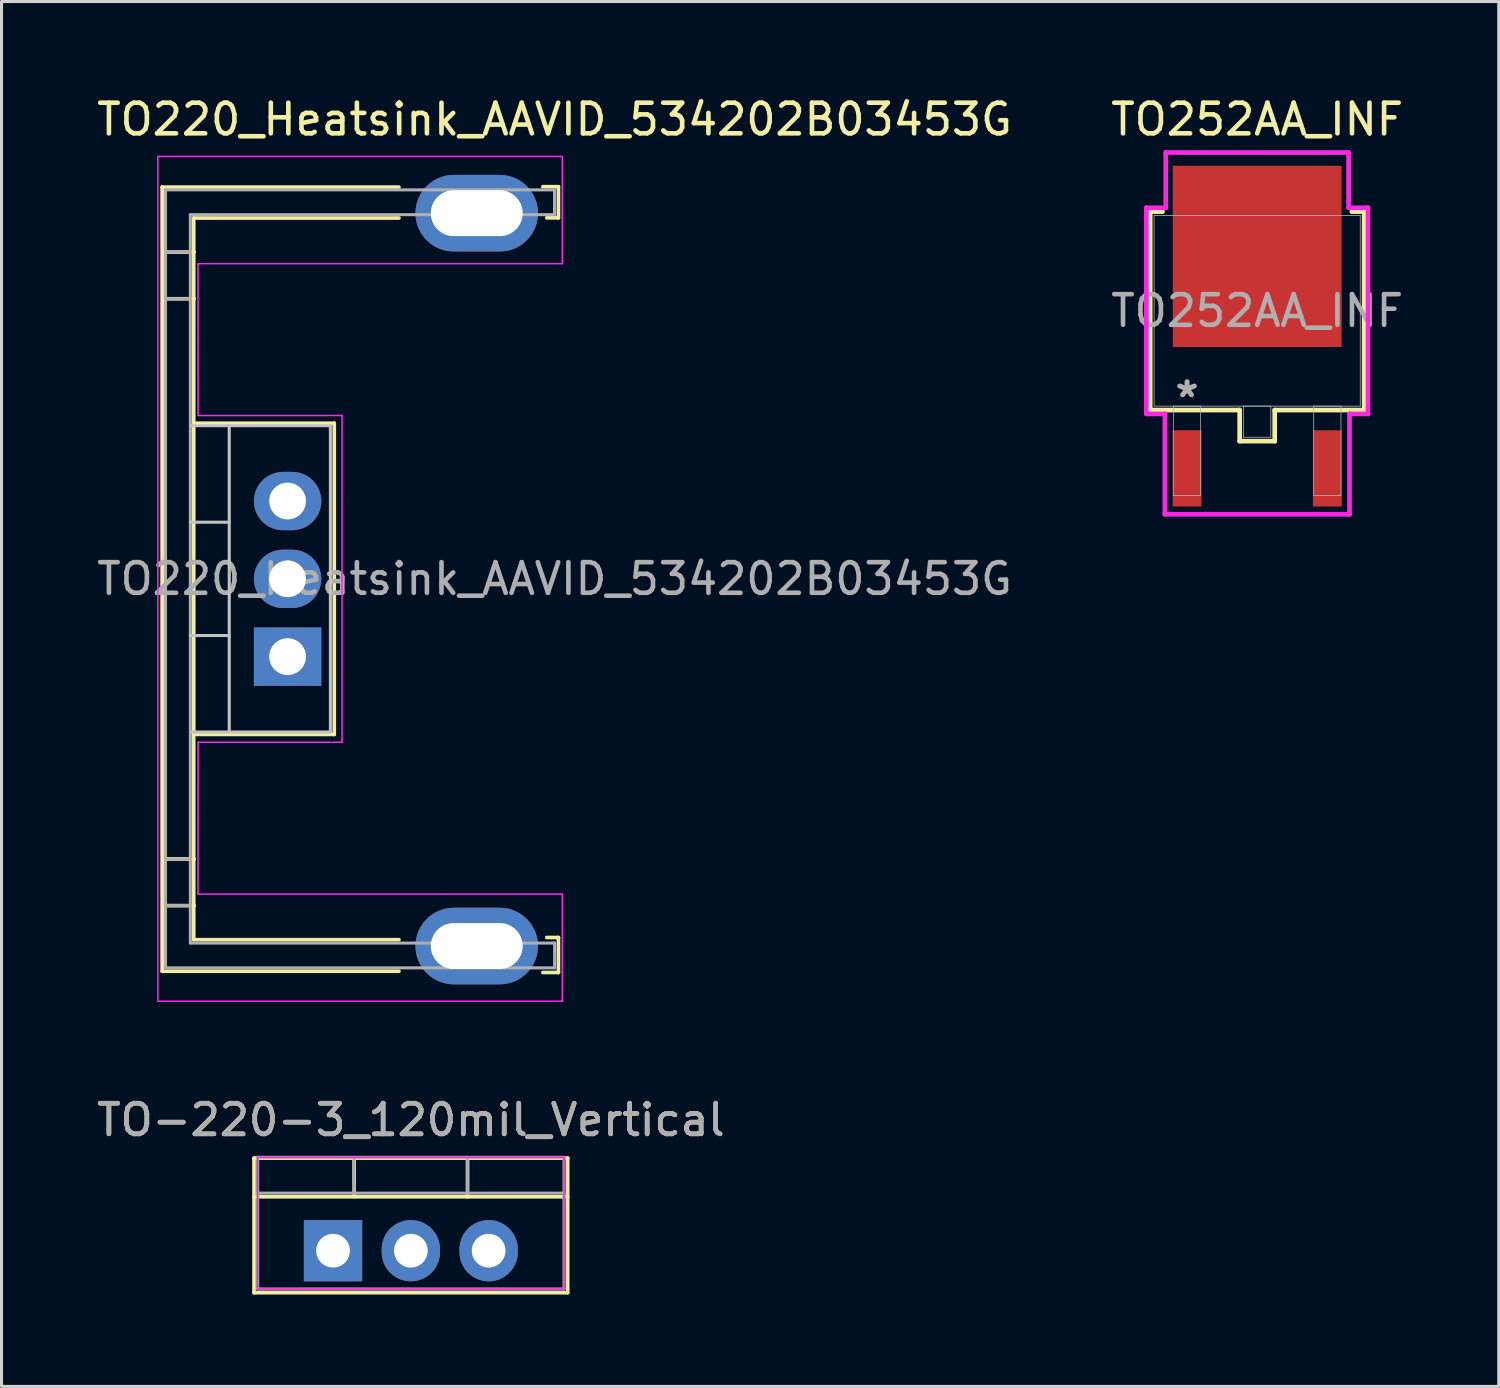
<source format=kicad_pcb>
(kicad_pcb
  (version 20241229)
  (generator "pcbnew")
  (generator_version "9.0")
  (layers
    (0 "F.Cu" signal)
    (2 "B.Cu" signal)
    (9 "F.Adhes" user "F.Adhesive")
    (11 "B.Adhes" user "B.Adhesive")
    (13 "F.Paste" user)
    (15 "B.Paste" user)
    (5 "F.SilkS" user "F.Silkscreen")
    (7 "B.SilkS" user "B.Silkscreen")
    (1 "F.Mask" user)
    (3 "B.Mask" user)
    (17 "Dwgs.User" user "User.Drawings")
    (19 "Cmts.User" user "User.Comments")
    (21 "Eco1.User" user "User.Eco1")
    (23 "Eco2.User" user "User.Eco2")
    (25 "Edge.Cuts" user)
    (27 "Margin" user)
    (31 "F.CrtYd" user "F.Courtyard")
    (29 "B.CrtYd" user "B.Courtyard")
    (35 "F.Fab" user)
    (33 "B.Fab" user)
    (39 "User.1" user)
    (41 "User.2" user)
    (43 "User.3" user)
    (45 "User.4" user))
  (footprint "TO-220-3_120mil_Vertical"
    (layer "F.Cu")
    (at 7.823 37.782)
    (property "Reference" "TO-220-3_120mil_Vertical" (at 2.54 -4.27 0) (layer "F.SilkS") (effects (font (size 1 1) (thickness 0.15))))
    (attr through_hole)
    (fp_line (start -2.58 -3.023) (end -2.58 1.371) (stroke (width 0.12) (type solid)) (layer "F.SilkS"))
    (fp_line (start -2.58 -3.023) (end 7.66 -3.023) (stroke (width 0.12) (type solid)) (layer "F.SilkS"))
    (fp_line (start -2.58 -1.76) (end 7.66 -1.76) (stroke (width 0.12) (type solid)) (layer "F.SilkS"))
    (fp_line (start -2.58 1.371) (end 7.66 1.371) (stroke (width 0.12) (type solid)) (layer "F.SilkS"))
    (fp_line (start 0.69 -3.023) (end 0.69 -1.76) (stroke (width 0.12) (type solid)) (layer "F.SilkS"))
    (fp_line (start 4.391 -3.023) (end 4.391 -1.76) (stroke (width 0.12) (type solid)) (layer "F.SilkS"))
    (fp_line (start 7.66 -3.023) (end 7.66 1.371) (stroke (width 0.12) (type solid)) (layer "F.SilkS"))
    (fp_line (start -2.46 -3.048) (end -2.46 1.25) (stroke (width 0.05) (type solid)) (layer "F.CrtYd"))
    (fp_line (start -2.46 1.25) (end 7.54 1.25) (stroke (width 0.05) (type solid)) (layer "F.CrtYd"))
    (fp_line (start 7.54 -3.048) (end -2.46 -3.048) (stroke (width 0.05) (type solid)) (layer "F.CrtYd"))
    (fp_line (start 7.54 1.25) (end 7.54 -3.048) (stroke (width 0.05) (type solid)) (layer "F.CrtYd"))
    (fp_line (start -2.46 -3.048) (end -2.46 1.25) (stroke (width 0.1) (type solid)) (layer "F.Fab"))
    (fp_line (start -2.46 -1.88) (end 7.54 -1.88) (stroke (width 0.1) (type solid)) (layer "F.Fab"))
    (fp_line (start -2.46 1.25) (end 7.54 1.25) (stroke (width 0.1) (type solid)) (layer "F.Fab"))
    (fp_line (start 0.69 -3.048) (end 0.69 -1.88) (stroke (width 0.1) (type solid)) (layer "F.Fab"))
    (fp_line (start 4.39 -3.048) (end 4.39 -1.88) (stroke (width 0.1) (type solid)) (layer "F.Fab"))
    (fp_line (start 7.54 -3.048) (end -2.46 -3.048) (stroke (width 0.1) (type solid)) (layer "F.Fab"))
    (fp_line (start 7.54 1.25) (end 7.54 -3.048) (stroke (width 0.1) (type solid)) (layer "F.Fab"))
    (fp_text user "${REFERENCE}" (at 2.54 -4.27 0) (layer "F.Fab") (effects (font (size 1 1) (thickness 0.15))))
    (pad "1" thru_hole rect (at 0 0) (size 1.905 2) (drill 1.1) (layers "*.Cu" "*.Mask"))
    (pad "2" thru_hole oval (at 2.54 0) (size 1.905 2) (drill 1.1) (layers "*.Cu" "*.Mask"))
    (pad "3" thru_hole oval (at 5.08 0) (size 1.905 2) (drill 1.1) (layers "*.Cu" "*.Mask")))
  (footprint "TO252AA_INF"
    (layer "F.Cu")
    (at 37.994 7.098)
    (property "Reference" "TO252AA_INF" (at 0 -6.25 0) (unlocked yes) (layer "F.SilkS") (effects (font (size 1 1) (thickness 0.15))))
    (attr smd)
    (fp_line (start -3.493 -3.239) (end -3.493 3.239) (stroke (width 0.152) (type solid)) (layer "F.SilkS"))
    (fp_line (start -3.493 3.239) (end -0.572 3.239) (stroke (width 0.152) (type solid)) (layer "F.SilkS"))
    (fp_line (start -3.089 -3.239) (end -3.493 -3.239) (stroke (width 0.152) (type solid)) (layer "F.SilkS"))
    (fp_line (start -0.572 3.239) (end -0.572 4.255) (stroke (width 0.152) (type solid)) (layer "F.SilkS"))
    (fp_line (start -0.572 4.255) (end 0.572 4.255) (stroke (width 0.152) (type solid)) (layer "F.SilkS"))
    (fp_line (start 0.572 3.239) (end 3.493 3.239) (stroke (width 0.152) (type solid)) (layer "F.SilkS"))
    (fp_line (start 0.572 4.255) (end 0.572 3.239) (stroke (width 0.152) (type solid)) (layer "F.SilkS"))
    (fp_line (start 3.493 -3.239) (end 3.089 -3.239) (stroke (width 0.152) (type solid)) (layer "F.SilkS"))
    (fp_line (start 3.493 3.239) (end 3.493 -3.239) (stroke (width 0.152) (type solid)) (layer "F.SilkS"))
    (fp_line (start -3.619 -3.365) (end -2.985 -3.365) (stroke (width 0.152) (type solid)) (layer "F.CrtYd"))
    (fp_line (start -3.619 3.365) (end -3.619 -3.365) (stroke (width 0.152) (type solid)) (layer "F.CrtYd"))
    (fp_line (start -3.014 3.365) (end -3.619 3.365) (stroke (width 0.152) (type solid)) (layer "F.CrtYd"))
    (fp_line (start -3.014 6.642) (end -3.014 3.365) (stroke (width 0.152) (type solid)) (layer "F.CrtYd"))
    (fp_line (start -2.985 -5.169) (end 2.985 -5.169) (stroke (width 0.152) (type solid)) (layer "F.CrtYd"))
    (fp_line (start -2.985 -3.365) (end -2.985 -5.169) (stroke (width 0.152) (type solid)) (layer "F.CrtYd"))
    (fp_line (start 2.985 -5.169) (end 2.985 -3.365) (stroke (width 0.152) (type solid)) (layer "F.CrtYd"))
    (fp_line (start 2.985 -3.365) (end 3.619 -3.365) (stroke (width 0.152) (type solid)) (layer "F.CrtYd"))
    (fp_line (start 3.014 3.365) (end 3.014 6.642) (stroke (width 0.152) (type solid)) (layer "F.CrtYd"))
    (fp_line (start 3.014 6.642) (end -3.014 6.642) (stroke (width 0.152) (type solid)) (layer "F.CrtYd"))
    (fp_line (start 3.619 -3.365) (end 3.619 3.365) (stroke (width 0.152) (type solid)) (layer "F.CrtYd"))
    (fp_line (start 3.619 3.365) (end 3.014 3.365) (stroke (width 0.152) (type solid)) (layer "F.CrtYd"))
    (fp_line (start -3.365 -3.111) (end -3.365 3.111) (stroke (width 0.025) (type solid)) (layer "F.Fab"))
    (fp_line (start -3.365 3.111) (end 3.365 3.111) (stroke (width 0.025) (type solid)) (layer "F.Fab"))
    (fp_line (start -2.735 3.111) (end -2.735 6.032) (stroke (width 0.025) (type solid)) (layer "F.Fab"))
    (fp_line (start -2.735 6.032) (end -1.846 6.032) (stroke (width 0.025) (type solid)) (layer "F.Fab"))
    (fp_line (start -1.846 3.111) (end -2.735 3.111) (stroke (width 0.025) (type solid)) (layer "F.Fab"))
    (fp_line (start -1.846 6.032) (end -1.846 3.111) (stroke (width 0.025) (type solid)) (layer "F.Fab"))
    (fp_line (start -0.445 3.111) (end -0.445 4.128) (stroke (width 0.025) (type solid)) (layer "F.Fab"))
    (fp_line (start -0.445 4.128) (end 0.445 4.128) (stroke (width 0.025) (type solid)) (layer "F.Fab"))
    (fp_line (start 0.445 3.111) (end -0.445 3.111) (stroke (width 0.025) (type solid)) (layer "F.Fab"))
    (fp_line (start 0.445 4.128) (end 0.445 3.111) (stroke (width 0.025) (type solid)) (layer "F.Fab"))
    (fp_line (start 1.846 3.111) (end 1.846 6.032) (stroke (width 0.025) (type solid)) (layer "F.Fab"))
    (fp_line (start 1.846 6.032) (end 2.735 6.032) (stroke (width 0.025) (type solid)) (layer "F.Fab"))
    (fp_line (start 2.735 3.111) (end 1.846 3.111) (stroke (width 0.025) (type solid)) (layer "F.Fab"))
    (fp_line (start 2.735 6.032) (end 2.735 3.111) (stroke (width 0.025) (type solid)) (layer "F.Fab"))
    (fp_line (start 3.365 -3.111) (end -3.365 -3.111) (stroke (width 0.025) (type solid)) (layer "F.Fab"))
    (fp_line (start 3.365 3.111) (end 3.365 -3.111) (stroke (width 0.025) (type solid)) (layer "F.Fab"))
    (fp_text user "${REFERENCE}" (at 0 0 0) (unlocked yes) (layer "F.Fab") (effects (font (size 1 1) (thickness 0.15))))
    (fp_text user "*" (at -2.29 2.857 0) (unlocked yes) (layer "F.Fab") (effects (font (size 1 1) (thickness 0.15))))
    (fp_text user "*" (at -2.29 2.857 0) (layer "F.Fab") (effects (font (size 1 1) (thickness 0.15))))
    (pad "1" smd rect (at -2.29 5.144) (size 0.94 2.489) (layers "F.Cu" "F.Mask" "F.Paste"))
    (pad "2" smd rect (at 0 -1.778) (size 5.512 5.918) (layers "F.Cu" "F.Mask" "F.Paste"))
    (pad "3" smd rect (at 2.29 5.144) (size 0.94 2.489) (layers "F.Cu" "F.Mask" "F.Paste")))
  (footprint "TO220_Heatsink_AAVID_534202B03453G"
    (layer "F.Cu")
    (at 3.164 15.848)
    (property "Reference" "TO220_Heatsink_AAVID_534202B03453G" (at 11.89 -15 0) (layer "F.SilkS") (effects (font (size 1 1) (thickness 0.15))))
    (attr through_hole)
    (fp_line (start -0.92 -12.79) (end -0.92 12.81) (stroke (width 0.12) (type solid)) (layer "F.SilkS"))
    (fp_line (start -0.92 -12.79) (end 6.81 -12.79) (stroke (width 0.12) (type solid)) (layer "F.SilkS"))
    (fp_line (start -0.92 12.81) (end 6.81 12.81) (stroke (width 0.12) (type solid)) (layer "F.SilkS"))
    (fp_line (start 0.11 -11.78) (end 0.11 11.78) (stroke (width 0.12) (type solid)) (layer "F.SilkS"))
    (fp_line (start 0.11 -11.78) (end 6.81 -11.78) (stroke (width 0.12) (type solid)) (layer "F.SilkS"))
    (fp_line (start 0.11 11.78) (end 6.81 11.78) (stroke (width 0.12) (type solid)) (layer "F.SilkS"))
    (fp_line (start 0.127 -10.668) (end -0.889 -10.668) (stroke (width 0.12) (type solid)) (layer "F.SilkS"))
    (fp_line (start 0.127 -9.144) (end -0.889 -9.144) (stroke (width 0.12) (type solid)) (layer "F.SilkS"))
    (fp_line (start 0.127 -5.08) (end 4.699 -5.08) (stroke (width 0.12) (type solid)) (layer "F.SilkS"))
    (fp_line (start 0.127 9.144) (end -0.889 9.144) (stroke (width 0.12) (type solid)) (layer "F.SilkS"))
    (fp_line (start 0.127 10.668) (end -0.889 10.668) (stroke (width 0.12) (type solid)) (layer "F.SilkS"))
    (fp_line (start 4.699 -5.08) (end 4.699 5.08) (stroke (width 0.12) (type solid)) (layer "F.SilkS"))
    (fp_line (start 4.699 5.08) (end 0.127 5.08) (stroke (width 0.12) (type solid)) (layer "F.SilkS"))
    (fp_line (start 11.509 -12.802) (end 12.017 -12.802) (stroke (width 0.12) (type solid)) (layer "F.SilkS"))
    (fp_line (start 11.636 11.709) (end 12.017 11.709) (stroke (width 0.12) (type solid)) (layer "F.SilkS"))
    (fp_line (start 12.017 -12.802) (end 12.017 -11.786) (stroke (width 0.12) (type solid)) (layer "F.SilkS"))
    (fp_line (start 12.017 -11.786) (end 11.636 -11.786) (stroke (width 0.12) (type solid)) (layer "F.SilkS"))
    (fp_line (start 12.017 11.709) (end 12.017 12.852) (stroke (width 0.12) (type solid)) (layer "F.SilkS"))
    (fp_line (start 12.017 12.852) (end 11.509 12.852) (stroke (width 0.12) (type solid)) (layer "F.SilkS"))
    (fp_line (start 0 -1.85) (end 1.27 -1.85) (stroke (width 0.1) (type solid)) (layer "Dwgs.User"))
    (fp_line (start 0 1.85) (end 1.27 1.85) (stroke (width 0.1) (type solid)) (layer "Dwgs.User"))
    (fp_line (start 0.045 -5) (end 4.572 -5) (stroke (width 0.1) (type solid)) (layer "Dwgs.User"))
    (fp_line (start 1.27 -5) (end 1.27 5) (stroke (width 0.1) (type solid)) (layer "Dwgs.User"))
    (fp_line (start 4.572 -5) (end 4.572 5) (stroke (width 0.1) (type solid)) (layer "Dwgs.User"))
    (fp_line (start 4.572 5) (end 0.045 5) (stroke (width 0.1) (type solid)) (layer "Dwgs.User"))
    (fp_line (start -1.06 -13.79) (end -1.06 13.79) (stroke (width 0.05) (type solid)) (layer "F.CrtYd"))
    (fp_line (start -1.06 13.79) (end 12.144 13.79) (stroke (width 0.05) (type solid)) (layer "F.CrtYd"))
    (fp_line (start 0.25 -10.29) (end 12.144 -10.29) (stroke (width 0.05) (type solid)) (layer "F.CrtYd"))
    (fp_line (start 0.25 10.29) (end 12.144 10.29) (stroke (width 0.05) (type solid)) (layer "F.CrtYd"))
    (fp_line (start 0.254 -5.334) (end 0.25 -10.29) (stroke (width 0.05) (type solid)) (layer "F.CrtYd"))
    (fp_line (start 0.254 5.334) (end 0.25 10.29) (stroke (width 0.05) (type solid)) (layer "F.CrtYd"))
    (fp_line (start 0.254 5.334) (end 4.953 5.334) (stroke (width 0.05) (type solid)) (layer "F.CrtYd"))
    (fp_line (start 4.953 -5.334) (end 0.254 -5.334) (stroke (width 0.05) (type solid)) (layer "F.CrtYd"))
    (fp_line (start 4.953 5.334) (end 4.953 -5.334) (stroke (width 0.05) (type solid)) (layer "F.CrtYd"))
    (fp_line (start 12.144 -13.79) (end -1.06 -13.79) (stroke (width 0.05) (type solid)) (layer "F.CrtYd"))
    (fp_line (start 12.144 -13.79) (end 12.144 -10.29) (stroke (width 0.05) (type solid)) (layer "F.CrtYd"))
    (fp_line (start 12.144 10.29) (end 12.144 13.79) (stroke (width 0.05) (type solid)) (layer "F.CrtYd"))
    (fp_line (start -0.81 -12.7) (end -0.81 12.7) (stroke (width 0.1) (type solid)) (layer "F.Fab"))
    (fp_line (start -0.81 -12.7) (end 11.89 -12.7) (stroke (width 0.1) (type solid)) (layer "F.Fab"))
    (fp_line (start 0 -11.89) (end 0 11.89) (stroke (width 0.1) (type solid)) (layer "F.Fab"))
    (fp_line (start 0 -11.89) (end 11.89 -11.89) (stroke (width 0.1) (type solid)) (layer "F.Fab"))
    (fp_line (start 0 -10.668) (end -0.762 -10.668) (stroke (width 0.1) (type solid)) (layer "F.Fab"))
    (fp_line (start 0 -9.144) (end -0.762 -9.144) (stroke (width 0.1) (type solid)) (layer "F.Fab"))
    (fp_line (start 0 9.144) (end -0.762 9.144) (stroke (width 0.1) (type solid)) (layer "F.Fab"))
    (fp_line (start 0 10.668) (end -0.762 10.668) (stroke (width 0.1) (type solid)) (layer "F.Fab"))
    (fp_line (start 11.89 -12.7) (end 11.89 -11.89) (stroke (width 0.1) (type solid)) (layer "F.Fab"))
    (fp_line (start 11.893 11.89) (end 0 11.89) (stroke (width 0.1) (type solid)) (layer "F.Fab"))
    (fp_line (start 11.893 11.89) (end 11.893 12.7) (stroke (width 0.1) (type solid)) (layer "F.Fab"))
    (fp_line (start 11.893 12.7) (end -0.805 12.7) (stroke (width 0.1) (type solid)) (layer "F.Fab"))
    (fp_text user "${REFERENCE}" (at 11.89 0 0) (layer "F.Fab") (effects (font (size 1 1) (thickness 0.15))))
    (pad "1" thru_hole rect (at 3.175 2.54) (size 2.2 1.905) (drill 1.2) (layers "*.Cu" "*.Mask"))
    (pad "2" thru_hole oval (at 3.175 0) (size 2.2 1.905) (drill 1.2) (layers "*.Cu" "*.Mask"))
    (pad "3" thru_hole oval (at 3.175 -2.54) (size 2.2 1.905) (drill 1.2) (layers "*.Cu" "*.Mask"))
    (pad "4" thru_hole oval (at 9.35 -11.938) (size 4 2.5) (drill oval 3 1.5) (layers "*.Cu" "*.Mask"))
    (pad "5" thru_hole oval (at 9.35 11.988) (size 4 2.5) (drill oval 3 1.5) (layers "*.Cu" "*.Mask")))
  (gr_rect
    (start -3 -3)
    (end 45.881 42.212)
    (stroke (width 0.1) (type default))
    (fill no)
    (layer "Edge.Cuts")))
</source>
